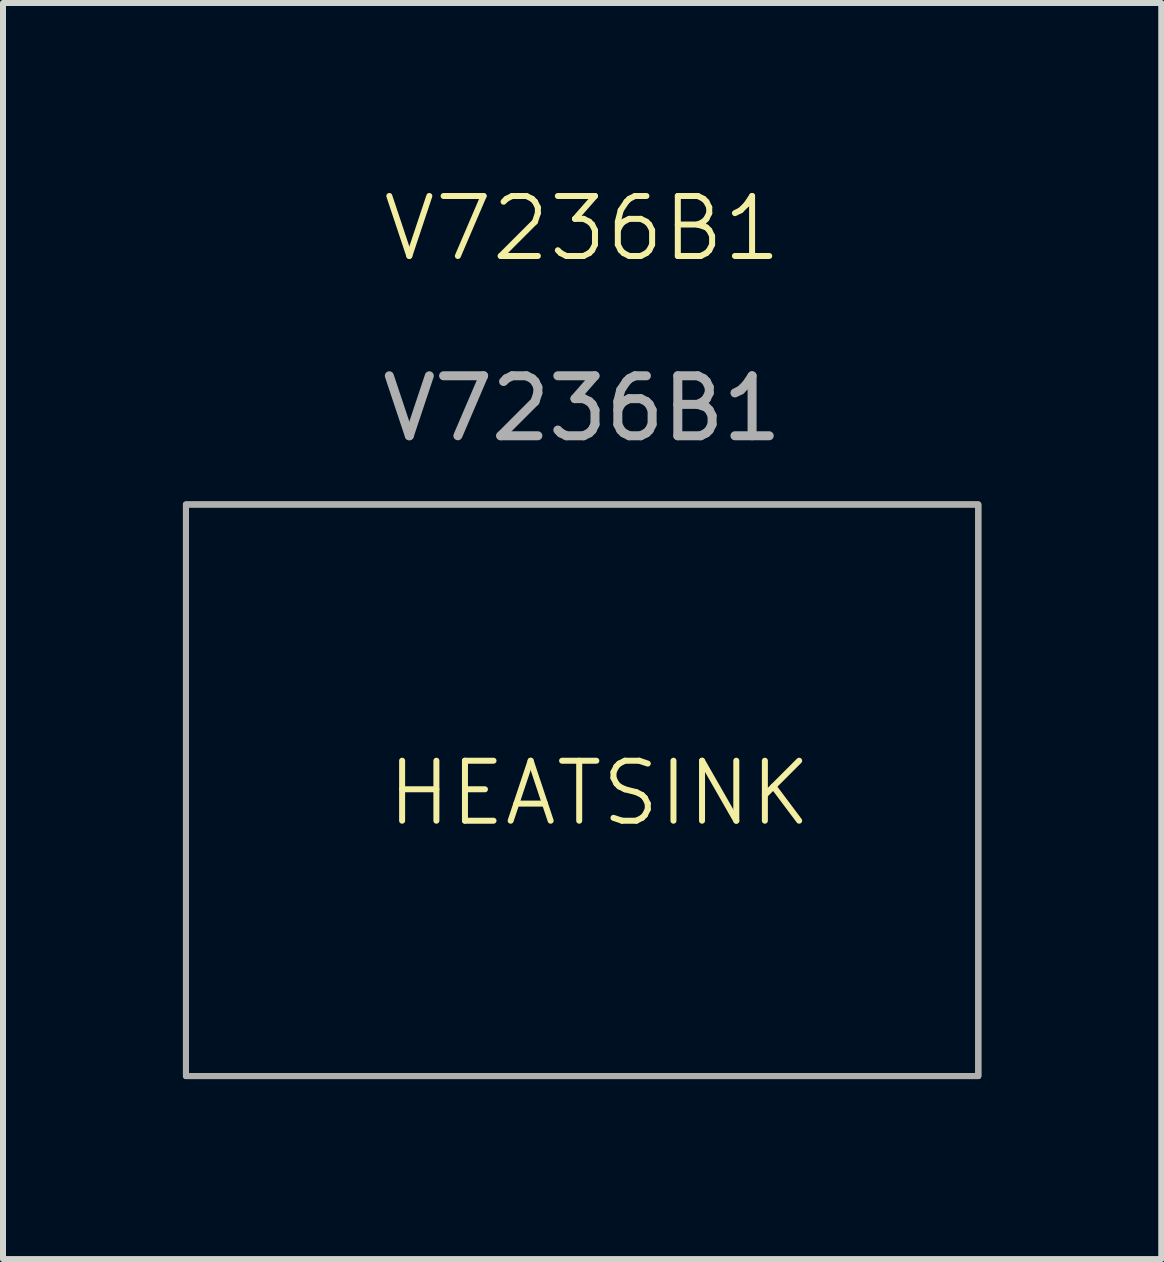
<source format=kicad_pcb>
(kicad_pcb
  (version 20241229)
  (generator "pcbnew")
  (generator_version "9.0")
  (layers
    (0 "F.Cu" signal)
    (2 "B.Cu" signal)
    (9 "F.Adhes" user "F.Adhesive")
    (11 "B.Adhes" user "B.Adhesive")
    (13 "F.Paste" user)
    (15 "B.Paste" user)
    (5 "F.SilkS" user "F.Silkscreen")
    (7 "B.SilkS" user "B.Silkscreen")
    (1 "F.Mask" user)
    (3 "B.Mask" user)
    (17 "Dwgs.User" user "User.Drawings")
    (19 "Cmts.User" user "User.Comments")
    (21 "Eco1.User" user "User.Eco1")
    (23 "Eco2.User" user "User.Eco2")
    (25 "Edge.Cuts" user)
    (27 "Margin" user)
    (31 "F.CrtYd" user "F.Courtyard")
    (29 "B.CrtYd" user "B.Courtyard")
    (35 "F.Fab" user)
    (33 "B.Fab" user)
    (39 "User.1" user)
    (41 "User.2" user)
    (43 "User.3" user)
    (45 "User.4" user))
  (footprint "V7236B1"
    (layer "F.Cu")
    (at 6.655 1.26)
    (property "Reference" "V7236B1" (at 0 -0.5 0) (unlocked yes) (layer "F.SilkS") (effects (font (size 1 1) (thickness 0.1))))
    (attr smd)
    (fp_rect (start -6.605 4.1) (end 6.605 13.63) (stroke (width 0.1) (type solid)) (fill no) (layer "F.SilkS"))
    (fp_rect (start -6.605 4.1) (end 6.605 13.63) (stroke (width 0.1) (type default)) (fill no) (layer "F.Fab"))
    (fp_text user "HEATSINK" (at -3.305 9.5 0) (unlocked yes) (layer "F.SilkS") (effects (font (size 1 1) (thickness 0.1)) (justify left bottom)))
    (fp_text user "${REFERENCE}" (at 0 2.5 0) (unlocked yes) (layer "F.Fab") (effects (font (size 1 1) (thickness 0.15)))))
  (gr_rect
    (start -3 -3)
    (end 16.31 17.941)
    (stroke (width 0.1) (type default))
    (fill no)
    (layer "Edge.Cuts")))
</source>
